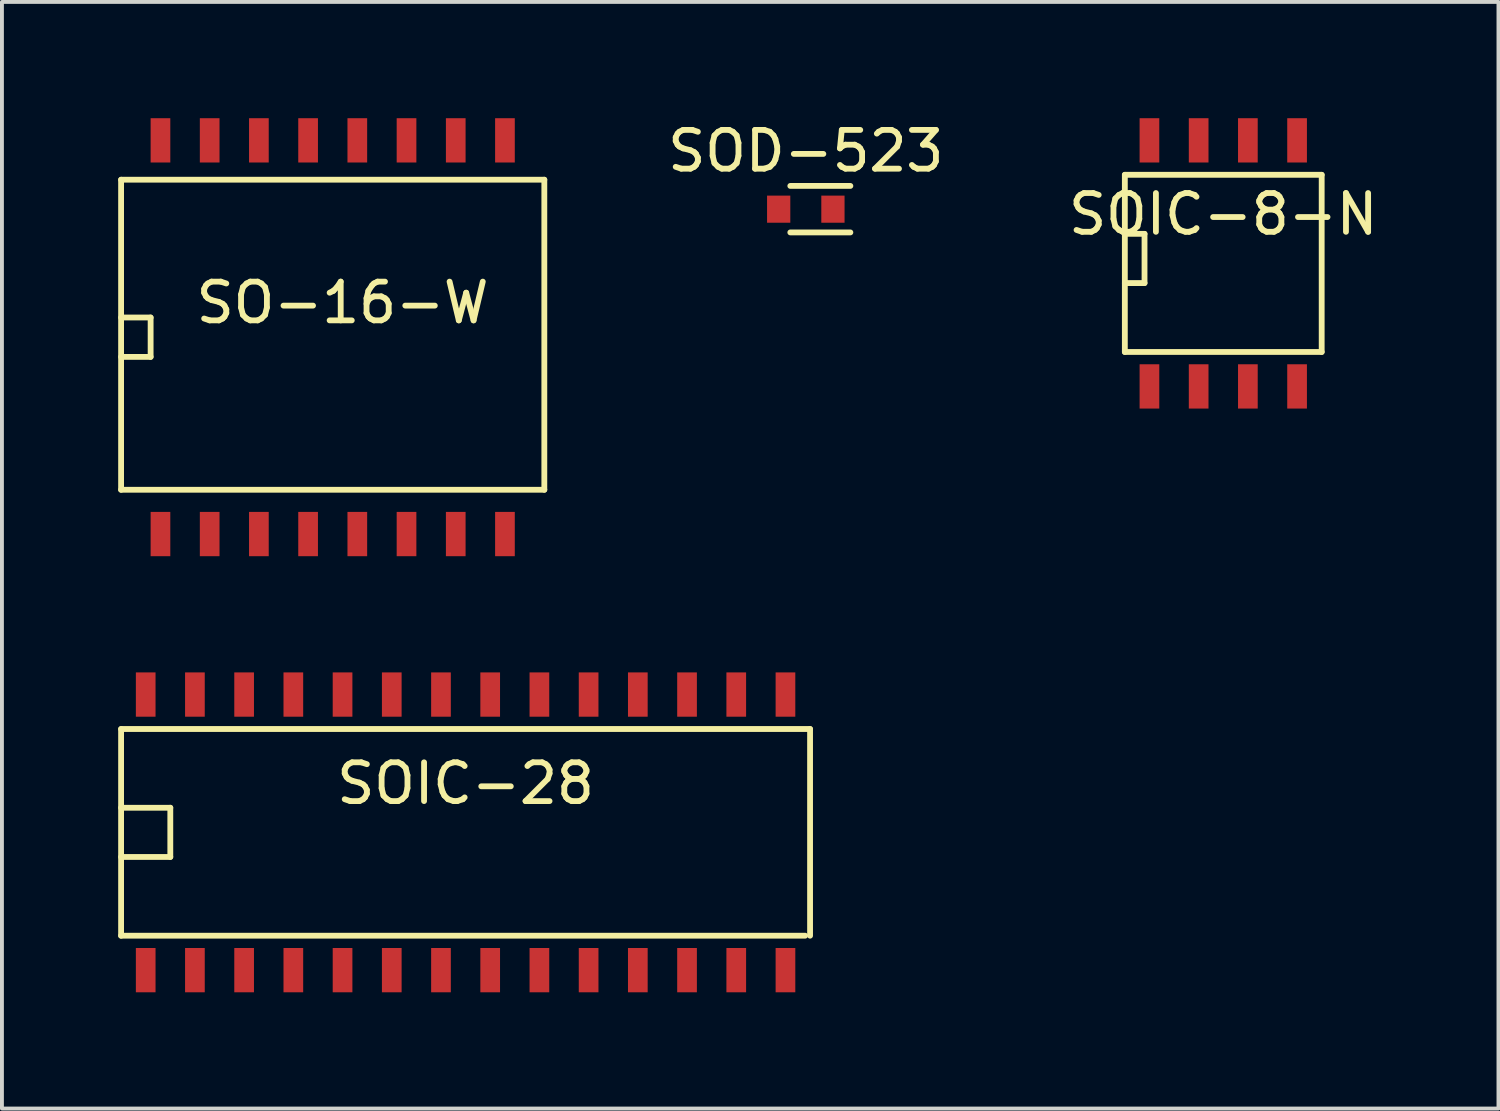
<source format=kicad_pcb>
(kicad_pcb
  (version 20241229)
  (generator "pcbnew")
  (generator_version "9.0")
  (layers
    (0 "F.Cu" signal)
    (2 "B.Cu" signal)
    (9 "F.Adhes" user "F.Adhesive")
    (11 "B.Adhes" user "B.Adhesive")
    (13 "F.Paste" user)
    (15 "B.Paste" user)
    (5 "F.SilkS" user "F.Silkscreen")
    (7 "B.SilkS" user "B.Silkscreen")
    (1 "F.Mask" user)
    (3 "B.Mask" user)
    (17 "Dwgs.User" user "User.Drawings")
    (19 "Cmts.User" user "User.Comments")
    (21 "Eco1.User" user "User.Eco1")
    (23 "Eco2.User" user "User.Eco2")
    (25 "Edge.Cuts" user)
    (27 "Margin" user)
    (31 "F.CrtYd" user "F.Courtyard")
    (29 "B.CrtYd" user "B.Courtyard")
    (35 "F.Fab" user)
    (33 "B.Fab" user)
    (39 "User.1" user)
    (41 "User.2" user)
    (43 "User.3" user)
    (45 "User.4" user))
  (footprint "SO-16-W"
    (layer "F.Cu")
    (at 5.536 5.652)
    (property "Reference" "SO-16-W" (at 0.254 -0.889 0) (layer "F.SilkS") (effects (font (size 1 1) (thickness 0.15))))
    (attr smd)
    (fp_line (start -5.461 -4.064) (end 5.461 -4.064) (stroke (width 0.15) (type solid)) (layer "F.SilkS"))
    (fp_line (start -5.461 -0.508) (end -4.699 -0.508) (stroke (width 0.15) (type solid)) (layer "F.SilkS"))
    (fp_line (start -5.461 3.937) (end -5.461 -4.064) (stroke (width 0.15) (type solid)) (layer "F.SilkS"))
    (fp_line (start -4.699 -0.508) (end -4.699 0.508) (stroke (width 0.15) (type solid)) (layer "F.SilkS"))
    (fp_line (start -4.699 0.508) (end -5.461 0.508) (stroke (width 0.15) (type solid)) (layer "F.SilkS"))
    (fp_line (start 5.461 -4.064) (end 5.461 3.937) (stroke (width 0.15) (type solid)) (layer "F.SilkS"))
    (fp_line (start 5.461 3.937) (end -5.461 3.937) (stroke (width 0.15) (type solid)) (layer "F.SilkS"))
    (pad "1" smd rect (at -4.445 5.08) (size 0.508 1.143) (layers "F.Cu" "F.Mask" "F.Paste"))
    (pad "2" smd rect (at -3.175 5.08) (size 0.508 1.143) (layers "F.Cu" "F.Mask" "F.Paste"))
    (pad "3" smd rect (at -1.905 5.08) (size 0.508 1.143) (layers "F.Cu" "F.Mask" "F.Paste"))
    (pad "4" smd rect (at -0.635 5.08) (size 0.508 1.143) (layers "F.Cu" "F.Mask" "F.Paste"))
    (pad "5" smd rect (at 0.635 5.08) (size 0.508 1.143) (layers "F.Cu" "F.Mask" "F.Paste"))
    (pad "6" smd rect (at 1.905 5.08) (size 0.508 1.143) (layers "F.Cu" "F.Mask" "F.Paste"))
    (pad "7" smd rect (at 3.175 5.08) (size 0.508 1.143) (layers "F.Cu" "F.Mask" "F.Paste"))
    (pad "8" smd rect (at 4.445 5.08) (size 0.508 1.143) (layers "F.Cu" "F.Mask" "F.Paste"))
    (pad "9" smd rect (at 4.445 -5.08) (size 0.508 1.143) (layers "F.Cu" "F.Mask" "F.Paste"))
    (pad "10" smd rect (at 3.175 -5.08) (size 0.508 1.143) (layers "F.Cu" "F.Mask" "F.Paste"))
    (pad "11" smd rect (at 1.905 -5.08) (size 0.508 1.143) (layers "F.Cu" "F.Mask" "F.Paste"))
    (pad "12" smd rect (at 0.635 -5.08) (size 0.508 1.143) (layers "F.Cu" "F.Mask" "F.Paste"))
    (pad "13" smd rect (at -0.635 -5.08) (size 0.508 1.143) (layers "F.Cu" "F.Mask" "F.Paste"))
    (pad "14" smd rect (at -1.905 -5.08) (size 0.508 1.143) (layers "F.Cu" "F.Mask" "F.Paste"))
    (pad "15" smd rect (at -3.175 -5.08) (size 0.508 1.143) (layers "F.Cu" "F.Mask" "F.Paste"))
    (pad "16" smd rect (at -4.445 -5.08) (size 0.508 1.143) (layers "F.Cu" "F.Mask" "F.Paste")))
  (footprint "SOIC-8-N"
    (layer "F.Cu")
    (at 28.518 3.747)
    (property "Reference" "SOIC-8-N" (at 0 -1.27 0) (layer "F.SilkS") (effects (font (size 1 1) (thickness 0.15))))
    (attr smd)
    (fp_line (start -2.54 -2.286) (end 2.54 -2.286) (stroke (width 0.15) (type solid)) (layer "F.SilkS"))
    (fp_line (start -2.54 -0.762) (end -2.032 -0.762) (stroke (width 0.15) (type solid)) (layer "F.SilkS"))
    (fp_line (start -2.54 2.286) (end -2.54 -2.286) (stroke (width 0.15) (type solid)) (layer "F.SilkS"))
    (fp_line (start -2.032 -0.762) (end -2.032 0.508) (stroke (width 0.15) (type solid)) (layer "F.SilkS"))
    (fp_line (start -2.032 0.508) (end -2.54 0.508) (stroke (width 0.15) (type solid)) (layer "F.SilkS"))
    (fp_line (start 2.54 -2.286) (end 2.54 2.286) (stroke (width 0.15) (type solid)) (layer "F.SilkS"))
    (fp_line (start 2.54 2.286) (end -2.54 2.286) (stroke (width 0.15) (type solid)) (layer "F.SilkS"))
    (pad "1" smd rect (at -1.905 3.175) (size 0.508 1.143) (layers "F.Cu" "F.Mask" "F.Paste"))
    (pad "2" smd rect (at -0.635 3.175) (size 0.508 1.143) (layers "F.Cu" "F.Mask" "F.Paste"))
    (pad "3" smd rect (at 0.635 3.175) (size 0.508 1.143) (layers "F.Cu" "F.Mask" "F.Paste"))
    (pad "4" smd rect (at 1.905 3.175) (size 0.508 1.143) (layers "F.Cu" "F.Mask" "F.Paste"))
    (pad "5" smd rect (at 1.905 -3.175) (size 0.508 1.143) (layers "F.Cu" "F.Mask" "F.Paste"))
    (pad "6" smd rect (at 0.635 -3.175) (size 0.508 1.143) (layers "F.Cu" "F.Mask" "F.Paste"))
    (pad "7" smd rect (at -0.635 -3.175) (size 0.508 1.143) (layers "F.Cu" "F.Mask" "F.Paste"))
    (pad "8" smd rect (at -1.905 -3.175) (size 0.508 1.143) (layers "F.Cu" "F.Mask" "F.Paste")))
  (footprint "SOIC-28"
    (layer "F.Cu")
    (at 8.965 18.43)
    (property "Reference" "SOIC-28" (at 0 -1.262 0) (layer "F.SilkS") (effects (font (size 1 1) (thickness 0.15))))
    (attr smd)
    (fp_line (start -8.89 -2.667) (end -8.89 2.667) (stroke (width 0.15) (type solid)) (layer "F.SilkS"))
    (fp_line (start -8.89 -2.667) (end 8.89 -2.667) (stroke (width 0.15) (type solid)) (layer "F.SilkS"))
    (fp_line (start -8.89 -0.635) (end -7.62 -0.635) (stroke (width 0.15) (type solid)) (layer "F.SilkS"))
    (fp_line (start -7.62 -0.635) (end -7.62 0.635) (stroke (width 0.15) (type solid)) (layer "F.SilkS"))
    (fp_line (start -7.62 0.635) (end -8.89 0.635) (stroke (width 0.15) (type solid)) (layer "F.SilkS"))
    (fp_line (start 8.763 2.667) (end -8.89 2.667) (stroke (width 0.15) (type solid)) (layer "F.SilkS"))
    (fp_line (start 8.89 2.667) (end 8.89 -2.667) (stroke (width 0.15) (type solid)) (layer "F.SilkS"))
    (pad "1" smd rect (at -8.255 3.556) (size 0.508 1.143) (layers "F.Cu" "F.Mask" "F.Paste"))
    (pad "2" smd rect (at -6.985 3.556) (size 0.508 1.143) (layers "F.Cu" "F.Mask" "F.Paste"))
    (pad "3" smd rect (at -5.715 3.556) (size 0.508 1.143) (layers "F.Cu" "F.Mask" "F.Paste"))
    (pad "4" smd rect (at -4.445 3.556) (size 0.508 1.143) (layers "F.Cu" "F.Mask" "F.Paste"))
    (pad "5" smd rect (at -3.175 3.556) (size 0.508 1.143) (layers "F.Cu" "F.Mask" "F.Paste"))
    (pad "6" smd rect (at -1.905 3.556) (size 0.508 1.143) (layers "F.Cu" "F.Mask" "F.Paste"))
    (pad "7" smd rect (at -0.635 3.556) (size 0.508 1.143) (layers "F.Cu" "F.Mask" "F.Paste"))
    (pad "8" smd rect (at 0.635 3.556) (size 0.508 1.143) (layers "F.Cu" "F.Mask" "F.Paste"))
    (pad "9" smd rect (at 1.905 3.556) (size 0.508 1.143) (layers "F.Cu" "F.Mask" "F.Paste"))
    (pad "10" smd rect (at 3.175 3.556) (size 0.508 1.143) (layers "F.Cu" "F.Mask" "F.Paste"))
    (pad "11" smd rect (at 4.445 3.556) (size 0.508 1.143) (layers "F.Cu" "F.Mask" "F.Paste"))
    (pad "12" smd rect (at 5.715 3.556) (size 0.508 1.143) (layers "F.Cu" "F.Mask" "F.Paste"))
    (pad "13" smd rect (at 6.985 3.556) (size 0.508 1.143) (layers "F.Cu" "F.Mask" "F.Paste"))
    (pad "14" smd rect (at 8.255 3.556) (size 0.508 1.143) (layers "F.Cu" "F.Mask" "F.Paste"))
    (pad "15" smd rect (at 8.255 -3.556) (size 0.508 1.143) (layers "F.Cu" "F.Mask" "F.Paste"))
    (pad "16" smd rect (at 6.985 -3.556) (size 0.508 1.143) (layers "F.Cu" "F.Mask" "F.Paste"))
    (pad "17" smd rect (at 5.715 -3.556) (size 0.508 1.143) (layers "F.Cu" "F.Mask" "F.Paste"))
    (pad "18" smd rect (at 4.445 -3.556) (size 0.508 1.143) (layers "F.Cu" "F.Mask" "F.Paste"))
    (pad "19" smd rect (at 3.175 -3.556) (size 0.508 1.143) (layers "F.Cu" "F.Mask" "F.Paste"))
    (pad "20" smd rect (at 1.905 -3.556) (size 0.508 1.143) (layers "F.Cu" "F.Mask" "F.Paste"))
    (pad "21" smd rect (at 0.635 -3.556) (size 0.508 1.143) (layers "F.Cu" "F.Mask" "F.Paste"))
    (pad "22" smd rect (at -0.635 -3.556) (size 0.508 1.143) (layers "F.Cu" "F.Mask" "F.Paste"))
    (pad "23" smd rect (at -1.905 -3.556) (size 0.508 1.143) (layers "F.Cu" "F.Mask" "F.Paste"))
    (pad "24" smd rect (at -3.175 -3.556) (size 0.508 1.143) (layers "F.Cu" "F.Mask" "F.Paste"))
    (pad "25" smd rect (at -4.445 -3.556) (size 0.508 1.143) (layers "F.Cu" "F.Mask" "F.Paste"))
    (pad "26" smd rect (at -5.715 -3.556) (size 0.508 1.143) (layers "F.Cu" "F.Mask" "F.Paste"))
    (pad "27" smd rect (at -6.985 -3.556) (size 0.508 1.143) (layers "F.Cu" "F.Mask" "F.Paste"))
    (pad "28" smd rect (at -8.255 -3.556) (size 0.508 1.143) (layers "F.Cu" "F.Mask" "F.Paste")))
  (footprint "SOD-523"
    (layer "F.Cu")
    (at 17.745 2.348)
    (property "Reference" "SOD-523" (at 0 -1.5 0) (layer "F.SilkS") (effects (font (size 1 1) (thickness 0.15))))
    (attr through_hole)
    (fp_line (start -0.4 -0.6) (end 1.15 -0.6) (stroke (width 0.15) (type solid)) (layer "F.SilkS"))
    (fp_line (start -0.4 0.6) (end 1.15 0.6) (stroke (width 0.15) (type solid)) (layer "F.SilkS"))
    (pad "1" smd rect (at -0.7 0) (size 0.6 0.7) (layers "F.Cu" "F.Mask" "F.Paste"))
    (pad "2" smd rect (at 0.7 0) (size 0.6 0.7) (layers "F.Cu" "F.Mask" "F.Paste")))
  (gr_rect
    (start -3 -3)
    (end 35.62 25.558)
    (stroke (width 0.1) (type default))
    (fill no)
    (layer "Edge.Cuts")))
</source>
